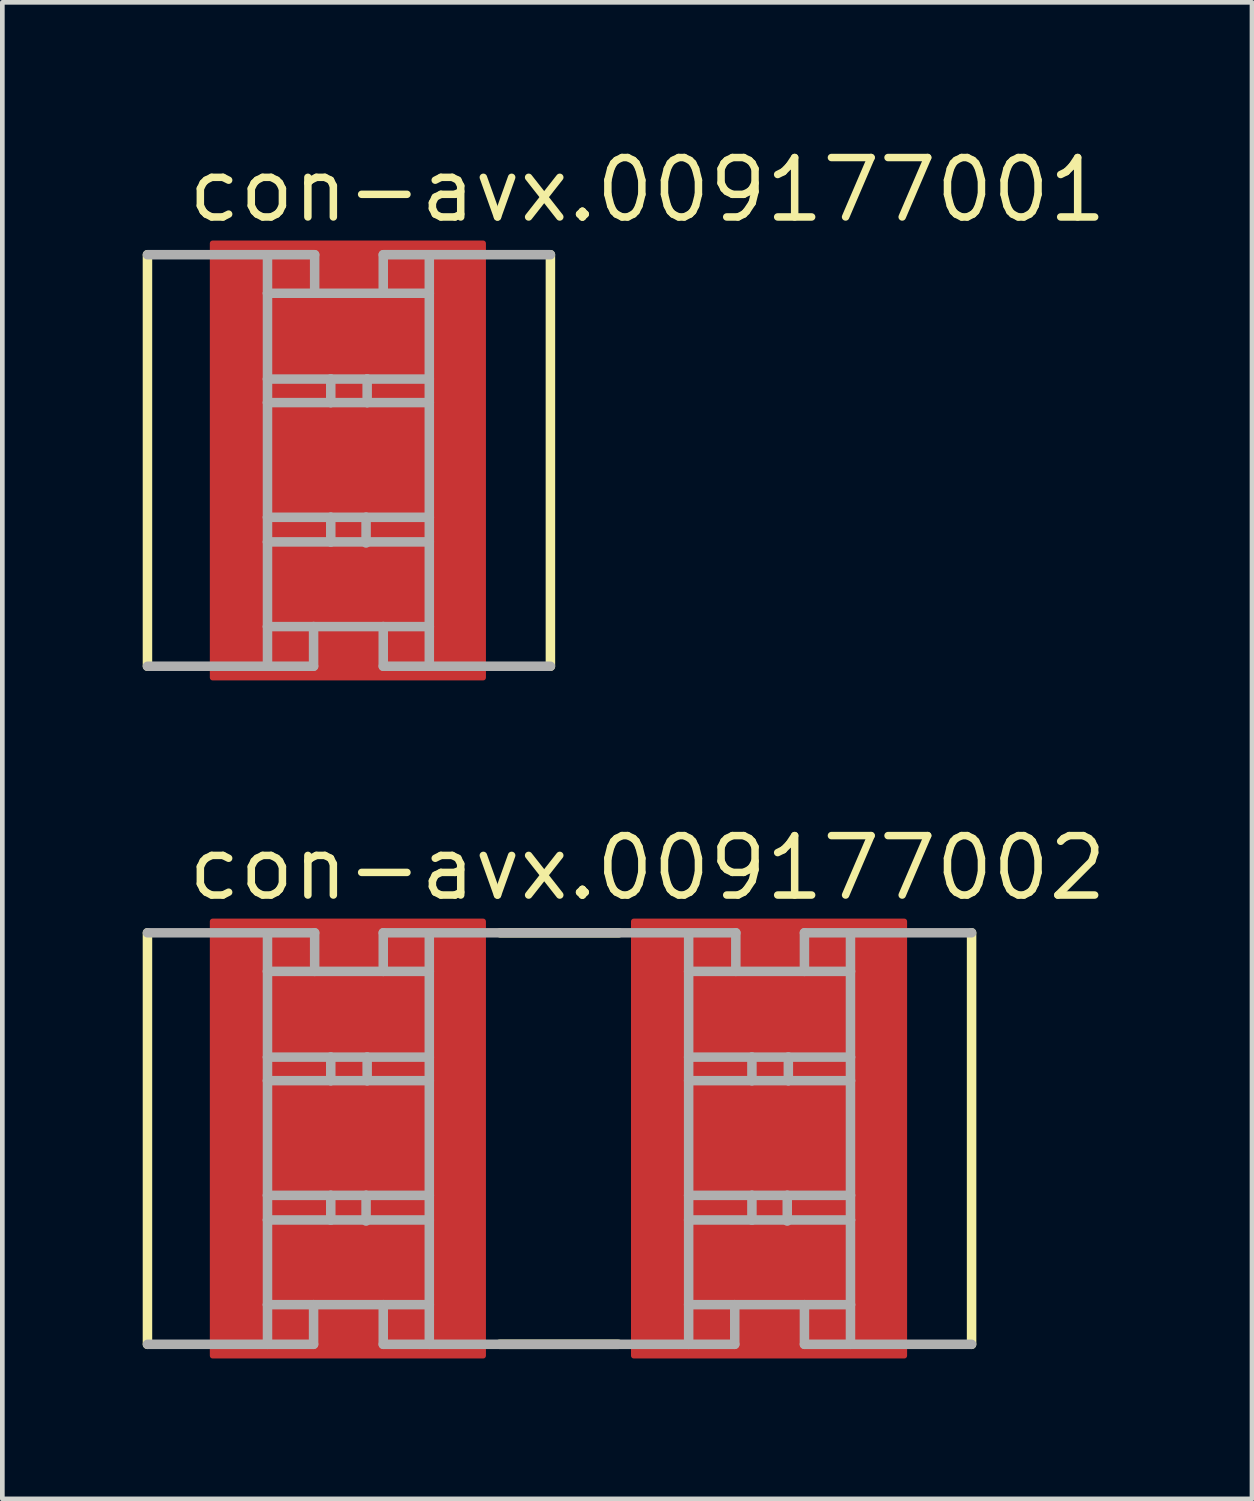
<source format=kicad_pcb>
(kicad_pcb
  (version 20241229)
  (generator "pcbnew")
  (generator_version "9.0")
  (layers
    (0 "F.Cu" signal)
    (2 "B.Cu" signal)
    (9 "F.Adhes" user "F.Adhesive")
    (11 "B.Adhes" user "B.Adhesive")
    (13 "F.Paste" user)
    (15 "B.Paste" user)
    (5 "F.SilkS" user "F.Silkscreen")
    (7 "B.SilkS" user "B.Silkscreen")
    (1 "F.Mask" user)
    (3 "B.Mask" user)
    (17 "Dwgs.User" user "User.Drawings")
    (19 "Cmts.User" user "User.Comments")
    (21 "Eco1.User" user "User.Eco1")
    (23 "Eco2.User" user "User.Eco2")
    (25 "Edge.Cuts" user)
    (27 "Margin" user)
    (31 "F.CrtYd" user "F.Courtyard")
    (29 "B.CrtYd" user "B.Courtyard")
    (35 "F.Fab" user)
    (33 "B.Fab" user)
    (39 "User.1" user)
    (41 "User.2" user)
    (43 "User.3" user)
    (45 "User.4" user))
  (footprint "con-avx.009177001"
    (layer "F.Cu")
    (at 4.384 6.79)
    (property "Reference" "con-avx.009177001" (at -3.5 -5.04 0) (layer "F.SilkS") (effects (font (size 1.27 1.27) (thickness 0.16)) (justify left bottom)))
    (attr smd)
    (fp_line (start -4.283 4.397) (end -4.283 -4.397) (stroke (width 0.203) (type default)) (layer "F.SilkS"))
    (fp_line (start 4.328 -4.397) (end 4.328 4.397) (stroke (width 0.203) (type default)) (layer "F.SilkS"))
    (fp_line (start -4.283 -4.397) (end -0.71 -4.397) (stroke (width 0.203) (type default)) (layer "F.Fab"))
    (fp_line (start -1.718 -3.573) (end -1.718 -4.351) (stroke (width 0.203) (type default)) (layer "F.Fab"))
    (fp_line (start -1.718 -3.573) (end -0.71 -3.573) (stroke (width 0.203) (type default)) (layer "F.Fab"))
    (fp_line (start -1.718 -1.74) (end -1.718 -3.573) (stroke (width 0.203) (type default)) (layer "F.Fab"))
    (fp_line (start -1.718 -1.74) (end -0.366 -1.74) (stroke (width 0.203) (type default)) (layer "F.Fab"))
    (fp_line (start -1.718 -1.237) (end -1.718 -1.74) (stroke (width 0.203) (type default)) (layer "F.Fab"))
    (fp_line (start -1.718 -1.237) (end -0.366 -1.237) (stroke (width 0.203) (type default)) (layer "F.Fab"))
    (fp_line (start -1.718 1.214) (end -1.718 -1.237) (stroke (width 0.203) (type default)) (layer "F.Fab"))
    (fp_line (start -1.718 1.214) (end -0.366 1.214) (stroke (width 0.203) (type default)) (layer "F.Fab"))
    (fp_line (start -1.718 1.74) (end -1.718 1.214) (stroke (width 0.203) (type default)) (layer "F.Fab"))
    (fp_line (start -1.718 1.74) (end -0.366 1.74) (stroke (width 0.203) (type default)) (layer "F.Fab"))
    (fp_line (start -1.718 3.55) (end -1.718 1.74) (stroke (width 0.203) (type default)) (layer "F.Fab"))
    (fp_line (start -1.718 4.397) (end -1.718 3.55) (stroke (width 0.203) (type default)) (layer "F.Fab"))
    (fp_line (start -0.733 3.55) (end -1.718 3.55) (stroke (width 0.203) (type default)) (layer "F.Fab"))
    (fp_line (start -0.733 3.55) (end 0.756 3.55) (stroke (width 0.203) (type default)) (layer "F.Fab"))
    (fp_line (start -0.733 4.397) (end -4.283 4.397) (stroke (width 0.203) (type default)) (layer "F.Fab"))
    (fp_line (start -0.733 4.397) (end -0.733 3.55) (stroke (width 0.203) (type default)) (layer "F.Fab"))
    (fp_line (start -0.71 -3.573) (end -0.71 -4.397) (stroke (width 0.203) (type default)) (layer "F.Fab"))
    (fp_line (start -0.71 -3.573) (end 0.756 -3.573) (stroke (width 0.203) (type default)) (layer "F.Fab"))
    (fp_line (start -0.366 -1.74) (end 0.412 -1.74) (stroke (width 0.203) (type default)) (layer "F.Fab"))
    (fp_line (start -0.366 -1.237) (end -0.366 -1.74) (stroke (width 0.203) (type default)) (layer "F.Fab"))
    (fp_line (start -0.366 -1.237) (end 0.412 -1.237) (stroke (width 0.203) (type default)) (layer "F.Fab"))
    (fp_line (start -0.366 1.214) (end 0.389 1.214) (stroke (width 0.203) (type default)) (layer "F.Fab"))
    (fp_line (start -0.366 1.74) (end -0.366 1.214) (stroke (width 0.203) (type default)) (layer "F.Fab"))
    (fp_line (start -0.366 1.74) (end 1.74 1.74) (stroke (width 0.203) (type default)) (layer "F.Fab"))
    (fp_line (start 0.389 1.214) (end 1.74 1.214) (stroke (width 0.203) (type default)) (layer "F.Fab"))
    (fp_line (start 0.389 1.763) (end 0.389 1.214) (stroke (width 0.203) (type default)) (layer "F.Fab"))
    (fp_line (start 0.412 -1.74) (end 1.74 -1.74) (stroke (width 0.203) (type default)) (layer "F.Fab"))
    (fp_line (start 0.412 -1.237) (end 0.412 -1.74) (stroke (width 0.203) (type default)) (layer "F.Fab"))
    (fp_line (start 0.412 -1.237) (end 1.74 -1.237) (stroke (width 0.203) (type default)) (layer "F.Fab"))
    (fp_line (start 0.756 -4.397) (end 4.328 -4.397) (stroke (width 0.203) (type default)) (layer "F.Fab"))
    (fp_line (start 0.756 -3.573) (end 0.756 -4.397) (stroke (width 0.203) (type default)) (layer "F.Fab"))
    (fp_line (start 0.756 -3.573) (end 1.74 -3.573) (stroke (width 0.203) (type default)) (layer "F.Fab"))
    (fp_line (start 0.756 3.55) (end 1.74 3.55) (stroke (width 0.203) (type default)) (layer "F.Fab"))
    (fp_line (start 0.756 4.397) (end 0.756 3.55) (stroke (width 0.203) (type default)) (layer "F.Fab"))
    (fp_line (start 1.74 -3.573) (end 1.74 -4.351) (stroke (width 0.203) (type default)) (layer "F.Fab"))
    (fp_line (start 1.74 -1.74) (end 1.74 -3.573) (stroke (width 0.203) (type default)) (layer "F.Fab"))
    (fp_line (start 1.74 -1.237) (end 1.74 -1.74) (stroke (width 0.203) (type default)) (layer "F.Fab"))
    (fp_line (start 1.74 1.214) (end 1.74 -1.237) (stroke (width 0.203) (type default)) (layer "F.Fab"))
    (fp_line (start 1.74 1.74) (end 1.74 1.214) (stroke (width 0.203) (type default)) (layer "F.Fab"))
    (fp_line (start 1.74 3.55) (end 1.74 1.74) (stroke (width 0.203) (type default)) (layer "F.Fab"))
    (fp_line (start 1.74 4.397) (end 0.756 4.397) (stroke (width 0.203) (type default)) (layer "F.Fab"))
    (fp_line (start 1.74 4.397) (end 1.74 3.55) (stroke (width 0.203) (type default)) (layer "F.Fab"))
    (fp_line (start 4.328 4.397) (end 1.74 4.397) (stroke (width 0.203) (type default)) (layer "F.Fab"))
    (pad "1" smd roundrect (at 0 0) (size 5.9 9.4) (layers "F.Cu" "F.Mask" "F.Paste") (roundrect_rratio 0.01)))
  (footprint "con-avx.009177002"
    (layer "F.Cu")
    (at 8.884 21.28)
    (property "Reference" "con-avx.009177002" (at -8 -5.04 0) (layer "F.SilkS") (effects (font (size 1.27 1.27) (thickness 0.16)) (justify left bottom)))
    (attr smd)
    (fp_line (start -8.783 4.397) (end -8.783 -4.397) (stroke (width 0.203) (type default)) (layer "F.SilkS"))
    (fp_line (start -1.244 -4.397) (end 1.29 -4.397) (stroke (width 0.203) (type default)) (layer "F.SilkS"))
    (fp_line (start 1.282 4.397) (end -1.26 4.397) (stroke (width 0.203) (type default)) (layer "F.SilkS"))
    (fp_line (start 8.828 -4.397) (end 8.828 4.397) (stroke (width 0.203) (type default)) (layer "F.SilkS"))
    (fp_line (start -8.783 -4.397) (end -5.21 -4.397) (stroke (width 0.203) (type default)) (layer "F.Fab"))
    (fp_line (start -6.218 -3.573) (end -6.218 -4.351) (stroke (width 0.203) (type default)) (layer "F.Fab"))
    (fp_line (start -6.218 -3.573) (end -5.21 -3.573) (stroke (width 0.203) (type default)) (layer "F.Fab"))
    (fp_line (start -6.218 -1.74) (end -6.218 -3.573) (stroke (width 0.203) (type default)) (layer "F.Fab"))
    (fp_line (start -6.218 -1.74) (end -4.866 -1.74) (stroke (width 0.203) (type default)) (layer "F.Fab"))
    (fp_line (start -6.218 -1.237) (end -6.218 -1.74) (stroke (width 0.203) (type default)) (layer "F.Fab"))
    (fp_line (start -6.218 -1.237) (end -4.866 -1.237) (stroke (width 0.203) (type default)) (layer "F.Fab"))
    (fp_line (start -6.218 1.214) (end -6.218 -1.237) (stroke (width 0.203) (type default)) (layer "F.Fab"))
    (fp_line (start -6.218 1.214) (end -4.866 1.214) (stroke (width 0.203) (type default)) (layer "F.Fab"))
    (fp_line (start -6.218 1.74) (end -6.218 1.214) (stroke (width 0.203) (type default)) (layer "F.Fab"))
    (fp_line (start -6.218 1.74) (end -4.866 1.74) (stroke (width 0.203) (type default)) (layer "F.Fab"))
    (fp_line (start -6.218 3.55) (end -6.218 1.74) (stroke (width 0.203) (type default)) (layer "F.Fab"))
    (fp_line (start -6.218 4.397) (end -6.218 3.55) (stroke (width 0.203) (type default)) (layer "F.Fab"))
    (fp_line (start -5.233 3.55) (end -6.218 3.55) (stroke (width 0.203) (type default)) (layer "F.Fab"))
    (fp_line (start -5.233 3.55) (end -3.744 3.55) (stroke (width 0.203) (type default)) (layer "F.Fab"))
    (fp_line (start -5.233 4.397) (end -8.783 4.397) (stroke (width 0.203) (type default)) (layer "F.Fab"))
    (fp_line (start -5.233 4.397) (end -5.233 3.55) (stroke (width 0.203) (type default)) (layer "F.Fab"))
    (fp_line (start -5.21 -3.573) (end -5.21 -4.397) (stroke (width 0.203) (type default)) (layer "F.Fab"))
    (fp_line (start -5.21 -3.573) (end -3.744 -3.573) (stroke (width 0.203) (type default)) (layer "F.Fab"))
    (fp_line (start -4.866 -1.74) (end -4.088 -1.74) (stroke (width 0.203) (type default)) (layer "F.Fab"))
    (fp_line (start -4.866 -1.237) (end -4.866 -1.74) (stroke (width 0.203) (type default)) (layer "F.Fab"))
    (fp_line (start -4.866 -1.237) (end -4.088 -1.237) (stroke (width 0.203) (type default)) (layer "F.Fab"))
    (fp_line (start -4.866 1.214) (end -4.111 1.214) (stroke (width 0.203) (type default)) (layer "F.Fab"))
    (fp_line (start -4.866 1.74) (end -4.866 1.214) (stroke (width 0.203) (type default)) (layer "F.Fab"))
    (fp_line (start -4.866 1.74) (end -2.76 1.74) (stroke (width 0.203) (type default)) (layer "F.Fab"))
    (fp_line (start -4.111 1.214) (end -2.76 1.214) (stroke (width 0.203) (type default)) (layer "F.Fab"))
    (fp_line (start -4.111 1.763) (end -4.111 1.214) (stroke (width 0.203) (type default)) (layer "F.Fab"))
    (fp_line (start -4.088 -1.74) (end -2.76 -1.74) (stroke (width 0.203) (type default)) (layer "F.Fab"))
    (fp_line (start -4.088 -1.237) (end -4.088 -1.74) (stroke (width 0.203) (type default)) (layer "F.Fab"))
    (fp_line (start -4.088 -1.237) (end -2.76 -1.237) (stroke (width 0.203) (type default)) (layer "F.Fab"))
    (fp_line (start -3.744 -4.397) (end 3.79 -4.397) (stroke (width 0.203) (type default)) (layer "F.Fab"))
    (fp_line (start -3.744 -3.573) (end -3.744 -4.397) (stroke (width 0.203) (type default)) (layer "F.Fab"))
    (fp_line (start -3.744 -3.573) (end -2.76 -3.573) (stroke (width 0.203) (type default)) (layer "F.Fab"))
    (fp_line (start -3.744 3.55) (end -2.76 3.55) (stroke (width 0.203) (type default)) (layer "F.Fab"))
    (fp_line (start -3.744 4.397) (end -3.744 3.55) (stroke (width 0.203) (type default)) (layer "F.Fab"))
    (fp_line (start -2.76 -3.573) (end -2.76 -4.351) (stroke (width 0.203) (type default)) (layer "F.Fab"))
    (fp_line (start -2.76 -1.74) (end -2.76 -3.573) (stroke (width 0.203) (type default)) (layer "F.Fab"))
    (fp_line (start -2.76 -1.237) (end -2.76 -1.74) (stroke (width 0.203) (type default)) (layer "F.Fab"))
    (fp_line (start -2.76 1.214) (end -2.76 -1.237) (stroke (width 0.203) (type default)) (layer "F.Fab"))
    (fp_line (start -2.76 1.74) (end -2.76 1.214) (stroke (width 0.203) (type default)) (layer "F.Fab"))
    (fp_line (start -2.76 3.55) (end -2.76 1.74) (stroke (width 0.203) (type default)) (layer "F.Fab"))
    (fp_line (start -2.76 4.397) (end -3.744 4.397) (stroke (width 0.203) (type default)) (layer "F.Fab"))
    (fp_line (start -2.76 4.397) (end -2.76 3.55) (stroke (width 0.203) (type default)) (layer "F.Fab"))
    (fp_line (start 2.782 -3.573) (end 2.782 -4.351) (stroke (width 0.203) (type default)) (layer "F.Fab"))
    (fp_line (start 2.782 -3.573) (end 3.79 -3.573) (stroke (width 0.203) (type default)) (layer "F.Fab"))
    (fp_line (start 2.782 -1.74) (end 2.782 -3.573) (stroke (width 0.203) (type default)) (layer "F.Fab"))
    (fp_line (start 2.782 -1.74) (end 4.134 -1.74) (stroke (width 0.203) (type default)) (layer "F.Fab"))
    (fp_line (start 2.782 -1.237) (end 2.782 -1.74) (stroke (width 0.203) (type default)) (layer "F.Fab"))
    (fp_line (start 2.782 -1.237) (end 4.134 -1.237) (stroke (width 0.203) (type default)) (layer "F.Fab"))
    (fp_line (start 2.782 1.214) (end 2.782 -1.237) (stroke (width 0.203) (type default)) (layer "F.Fab"))
    (fp_line (start 2.782 1.214) (end 4.134 1.214) (stroke (width 0.203) (type default)) (layer "F.Fab"))
    (fp_line (start 2.782 1.74) (end 2.782 1.214) (stroke (width 0.203) (type default)) (layer "F.Fab"))
    (fp_line (start 2.782 1.74) (end 4.134 1.74) (stroke (width 0.203) (type default)) (layer "F.Fab"))
    (fp_line (start 2.782 3.55) (end 2.782 1.74) (stroke (width 0.203) (type default)) (layer "F.Fab"))
    (fp_line (start 2.782 4.397) (end -2.76 4.397) (stroke (width 0.203) (type default)) (layer "F.Fab"))
    (fp_line (start 2.782 4.397) (end 2.782 3.55) (stroke (width 0.203) (type default)) (layer "F.Fab"))
    (fp_line (start 3.767 3.55) (end 2.782 3.55) (stroke (width 0.203) (type default)) (layer "F.Fab"))
    (fp_line (start 3.767 3.55) (end 5.256 3.55) (stroke (width 0.203) (type default)) (layer "F.Fab"))
    (fp_line (start 3.767 4.397) (end 2.782 4.397) (stroke (width 0.203) (type default)) (layer "F.Fab"))
    (fp_line (start 3.767 4.397) (end 3.767 3.55) (stroke (width 0.203) (type default)) (layer "F.Fab"))
    (fp_line (start 3.79 -3.573) (end 3.79 -4.397) (stroke (width 0.203) (type default)) (layer "F.Fab"))
    (fp_line (start 3.79 -3.573) (end 5.256 -3.573) (stroke (width 0.203) (type default)) (layer "F.Fab"))
    (fp_line (start 4.134 -1.74) (end 4.912 -1.74) (stroke (width 0.203) (type default)) (layer "F.Fab"))
    (fp_line (start 4.134 -1.237) (end 4.134 -1.74) (stroke (width 0.203) (type default)) (layer "F.Fab"))
    (fp_line (start 4.134 -1.237) (end 4.912 -1.237) (stroke (width 0.203) (type default)) (layer "F.Fab"))
    (fp_line (start 4.134 1.214) (end 4.889 1.214) (stroke (width 0.203) (type default)) (layer "F.Fab"))
    (fp_line (start 4.134 1.74) (end 4.134 1.214) (stroke (width 0.203) (type default)) (layer "F.Fab"))
    (fp_line (start 4.134 1.74) (end 6.24 1.74) (stroke (width 0.203) (type default)) (layer "F.Fab"))
    (fp_line (start 4.889 1.214) (end 6.24 1.214) (stroke (width 0.203) (type default)) (layer "F.Fab"))
    (fp_line (start 4.889 1.763) (end 4.889 1.214) (stroke (width 0.203) (type default)) (layer "F.Fab"))
    (fp_line (start 4.912 -1.74) (end 6.24 -1.74) (stroke (width 0.203) (type default)) (layer "F.Fab"))
    (fp_line (start 4.912 -1.237) (end 4.912 -1.74) (stroke (width 0.203) (type default)) (layer "F.Fab"))
    (fp_line (start 4.912 -1.237) (end 6.24 -1.237) (stroke (width 0.203) (type default)) (layer "F.Fab"))
    (fp_line (start 5.256 -4.397) (end 8.828 -4.397) (stroke (width 0.203) (type default)) (layer "F.Fab"))
    (fp_line (start 5.256 -3.573) (end 5.256 -4.397) (stroke (width 0.203) (type default)) (layer "F.Fab"))
    (fp_line (start 5.256 -3.573) (end 6.24 -3.573) (stroke (width 0.203) (type default)) (layer "F.Fab"))
    (fp_line (start 5.256 3.55) (end 6.24 3.55) (stroke (width 0.203) (type default)) (layer "F.Fab"))
    (fp_line (start 5.256 4.397) (end 5.256 3.55) (stroke (width 0.203) (type default)) (layer "F.Fab"))
    (fp_line (start 6.24 -3.573) (end 6.24 -4.351) (stroke (width 0.203) (type default)) (layer "F.Fab"))
    (fp_line (start 6.24 -1.74) (end 6.24 -3.573) (stroke (width 0.203) (type default)) (layer "F.Fab"))
    (fp_line (start 6.24 -1.237) (end 6.24 -1.74) (stroke (width 0.203) (type default)) (layer "F.Fab"))
    (fp_line (start 6.24 1.214) (end 6.24 -1.237) (stroke (width 0.203) (type default)) (layer "F.Fab"))
    (fp_line (start 6.24 1.74) (end 6.24 1.214) (stroke (width 0.203) (type default)) (layer "F.Fab"))
    (fp_line (start 6.24 3.55) (end 6.24 1.74) (stroke (width 0.203) (type default)) (layer "F.Fab"))
    (fp_line (start 6.24 4.397) (end 5.256 4.397) (stroke (width 0.203) (type default)) (layer "F.Fab"))
    (fp_line (start 6.24 4.397) (end 6.24 3.55) (stroke (width 0.203) (type default)) (layer "F.Fab"))
    (fp_line (start 8.828 4.397) (end 6.24 4.397) (stroke (width 0.203) (type default)) (layer "F.Fab"))
    (pad "1" smd roundrect (at -4.5 0) (size 5.9 9.4) (layers "F.Cu" "F.Mask" "F.Paste") (roundrect_rratio 0.01))
    (pad "2" smd roundrect (at 4.5 0) (size 5.9 9.4) (layers "F.Cu" "F.Mask" "F.Paste") (roundrect_rratio 0.01)))
  (gr_rect
    (start -3 -3)
    (end 23.704 28.98)
    (stroke (width 0.1) (type default))
    (fill no)
    (layer "Edge.Cuts")))
</source>
